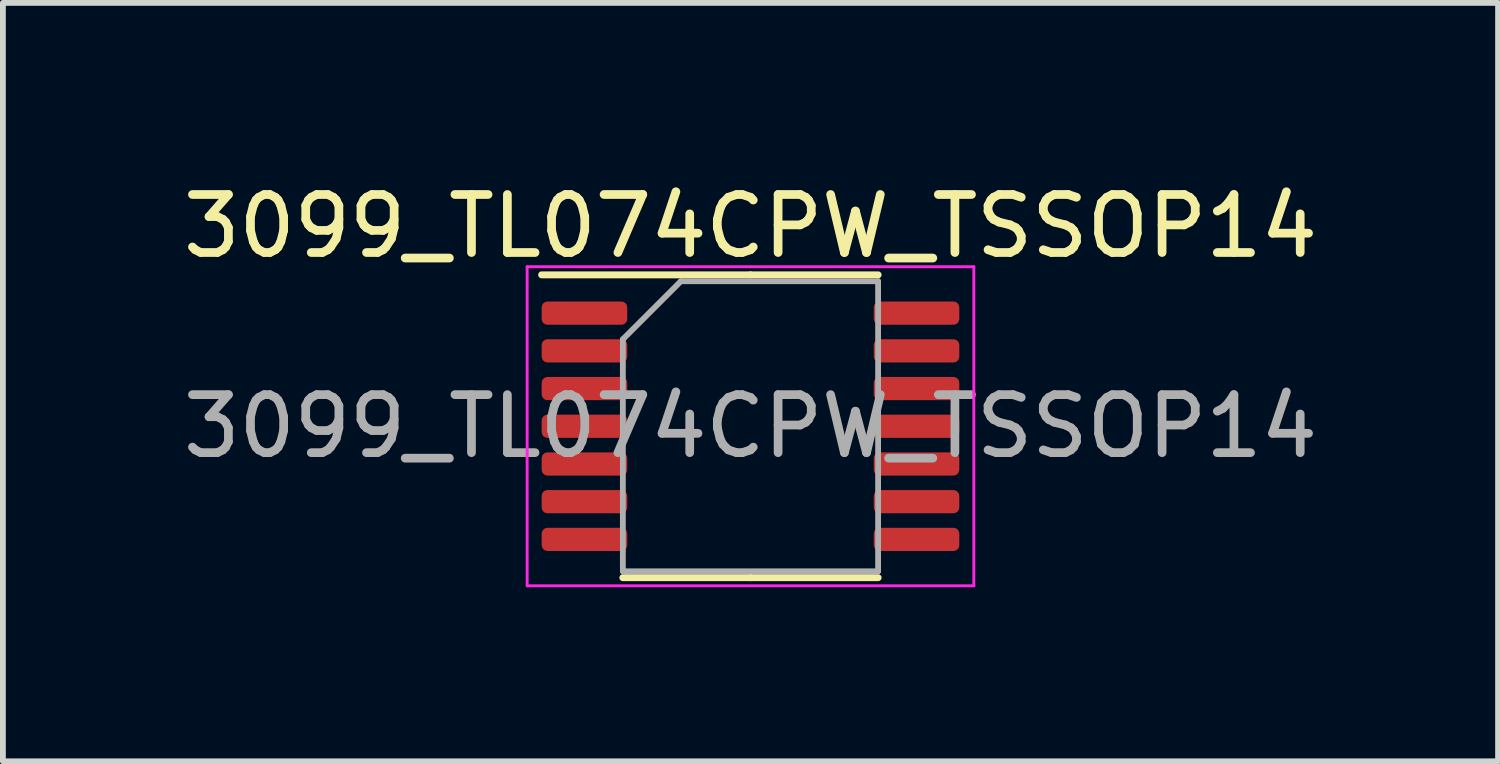
<source format=kicad_pcb>
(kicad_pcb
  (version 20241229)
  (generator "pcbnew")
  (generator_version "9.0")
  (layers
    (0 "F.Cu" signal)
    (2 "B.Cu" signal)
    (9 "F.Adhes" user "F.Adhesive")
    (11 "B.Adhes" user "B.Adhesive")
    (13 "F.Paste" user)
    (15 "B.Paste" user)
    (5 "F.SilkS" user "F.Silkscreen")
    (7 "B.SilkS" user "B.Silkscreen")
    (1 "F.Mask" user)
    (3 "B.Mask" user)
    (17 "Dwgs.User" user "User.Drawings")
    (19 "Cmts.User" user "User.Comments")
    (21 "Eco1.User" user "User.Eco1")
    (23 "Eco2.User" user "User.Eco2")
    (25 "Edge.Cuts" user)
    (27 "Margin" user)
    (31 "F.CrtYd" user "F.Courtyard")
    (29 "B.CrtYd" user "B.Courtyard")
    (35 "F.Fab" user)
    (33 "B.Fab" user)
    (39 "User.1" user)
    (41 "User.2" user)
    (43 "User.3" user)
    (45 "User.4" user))
  (footprint "3099_TL074CPW_TSSOP14"
    (layer "F.Cu")
    (at 9.887 4.298)
    (property "Reference" "3099_TL074CPW_TSSOP14" (at 0 -3.45 0) (layer "F.SilkS") (effects (font (size 1 1) (thickness 0.15))))
    (attr through_hole)
    (fp_line (start 0 -2.61) (end -3.6 -2.61) (stroke (width 0.12) (type solid)) (layer "F.SilkS"))
    (fp_line (start 0 -2.61) (end 2.2 -2.61) (stroke (width 0.12) (type solid)) (layer "F.SilkS"))
    (fp_line (start 0 2.61) (end -2.2 2.61) (stroke (width 0.12) (type solid)) (layer "F.SilkS"))
    (fp_line (start 0 2.61) (end 2.2 2.61) (stroke (width 0.12) (type solid)) (layer "F.SilkS"))
    (fp_line (start -3.85 -2.75) (end -3.85 2.75) (stroke (width 0.05) (type solid)) (layer "F.CrtYd"))
    (fp_line (start -3.85 2.75) (end 3.85 2.75) (stroke (width 0.05) (type solid)) (layer "F.CrtYd"))
    (fp_line (start 3.85 -2.75) (end -3.85 -2.75) (stroke (width 0.05) (type solid)) (layer "F.CrtYd"))
    (fp_line (start 3.85 2.75) (end 3.85 -2.75) (stroke (width 0.05) (type solid)) (layer "F.CrtYd"))
    (fp_line (start -2.2 -1.5) (end -1.2 -2.5) (stroke (width 0.1) (type solid)) (layer "F.Fab"))
    (fp_line (start -2.2 2.5) (end -2.2 -1.5) (stroke (width 0.1) (type solid)) (layer "F.Fab"))
    (fp_line (start -1.2 -2.5) (end 2.2 -2.5) (stroke (width 0.1) (type solid)) (layer "F.Fab"))
    (fp_line (start 2.2 -2.5) (end 2.2 2.5) (stroke (width 0.1) (type solid)) (layer "F.Fab"))
    (fp_line (start 2.2 2.5) (end -2.2 2.5) (stroke (width 0.1) (type solid)) (layer "F.Fab"))
    (fp_text user "${REFERENCE}" (at 0 0 0) (layer "F.Fab") (effects (font (size 1 1) (thickness 0.15))))
    (pad "1" smd roundrect (at -2.862 -1.95) (size 1.475 0.4) (layers "F.Cu" "F.Mask" "F.Paste") (roundrect_rratio 0.25))
    (pad "2" smd roundrect (at -2.862 -1.3) (size 1.475 0.4) (layers "F.Cu" "F.Mask" "F.Paste") (roundrect_rratio 0.25))
    (pad "3" smd roundrect (at -2.862 -0.65) (size 1.475 0.4) (layers "F.Cu" "F.Mask" "F.Paste") (roundrect_rratio 0.25))
    (pad "4" smd roundrect (at -2.862 0) (size 1.475 0.4) (layers "F.Cu" "F.Mask" "F.Paste") (roundrect_rratio 0.25))
    (pad "5" smd roundrect (at -2.862 0.65) (size 1.475 0.4) (layers "F.Cu" "F.Mask" "F.Paste") (roundrect_rratio 0.25))
    (pad "6" smd roundrect (at -2.862 1.3) (size 1.475 0.4) (layers "F.Cu" "F.Mask" "F.Paste") (roundrect_rratio 0.25))
    (pad "7" smd roundrect (at -2.862 1.95) (size 1.475 0.4) (layers "F.Cu" "F.Mask" "F.Paste") (roundrect_rratio 0.25))
    (pad "8" smd roundrect (at 2.862 1.95) (size 1.475 0.4) (layers "F.Cu" "F.Mask" "F.Paste") (roundrect_rratio 0.25))
    (pad "9" smd roundrect (at 2.862 1.3) (size 1.475 0.4) (layers "F.Cu" "F.Mask" "F.Paste") (roundrect_rratio 0.25))
    (pad "10" smd roundrect (at 2.862 0.65) (size 1.475 0.4) (layers "F.Cu" "F.Mask" "F.Paste") (roundrect_rratio 0.25))
    (pad "11" smd roundrect (at 2.862 0) (size 1.475 0.4) (layers "F.Cu" "F.Mask" "F.Paste") (roundrect_rratio 0.25))
    (pad "12" smd roundrect (at 2.862 -0.65) (size 1.475 0.4) (layers "F.Cu" "F.Mask" "F.Paste") (roundrect_rratio 0.25))
    (pad "13" smd roundrect (at 2.862 -1.3) (size 1.475 0.4) (layers "F.Cu" "F.Mask" "F.Paste") (roundrect_rratio 0.25))
    (pad "14" smd roundrect (at 2.862 -1.95) (size 1.475 0.4) (layers "F.Cu" "F.Mask" "F.Paste") (roundrect_rratio 0.25)))
  (gr_rect
    (start -3 -3)
    (end 22.774 10.073)
    (stroke (width 0.1) (type default))
    (fill no)
    (layer "Edge.Cuts")))
</source>
